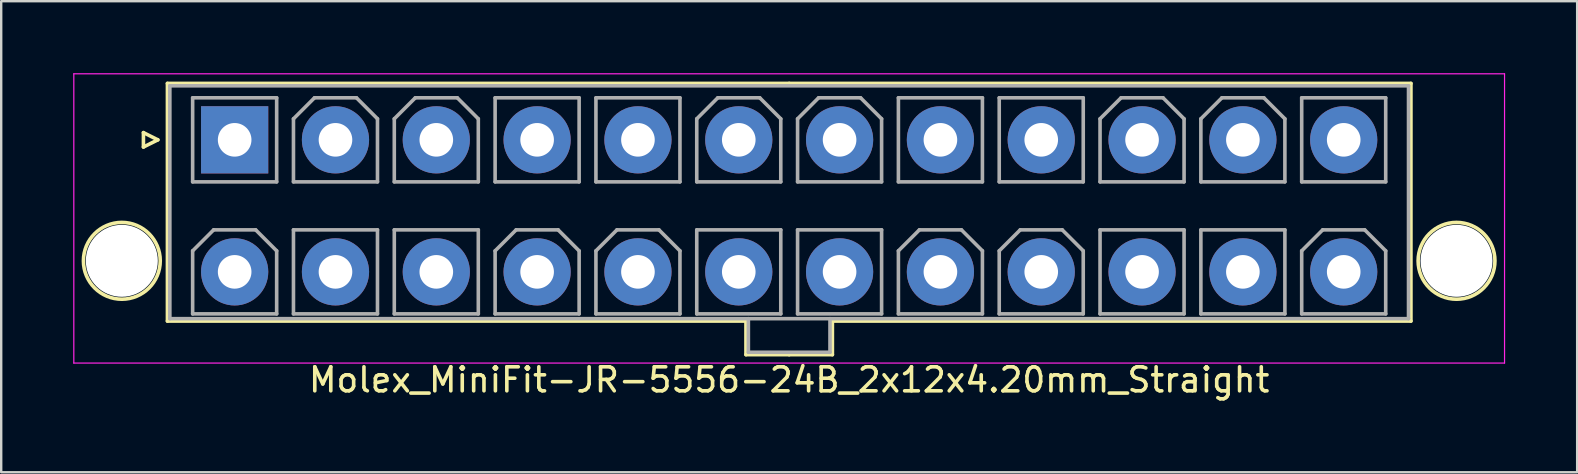
<source format=kicad_pcb>
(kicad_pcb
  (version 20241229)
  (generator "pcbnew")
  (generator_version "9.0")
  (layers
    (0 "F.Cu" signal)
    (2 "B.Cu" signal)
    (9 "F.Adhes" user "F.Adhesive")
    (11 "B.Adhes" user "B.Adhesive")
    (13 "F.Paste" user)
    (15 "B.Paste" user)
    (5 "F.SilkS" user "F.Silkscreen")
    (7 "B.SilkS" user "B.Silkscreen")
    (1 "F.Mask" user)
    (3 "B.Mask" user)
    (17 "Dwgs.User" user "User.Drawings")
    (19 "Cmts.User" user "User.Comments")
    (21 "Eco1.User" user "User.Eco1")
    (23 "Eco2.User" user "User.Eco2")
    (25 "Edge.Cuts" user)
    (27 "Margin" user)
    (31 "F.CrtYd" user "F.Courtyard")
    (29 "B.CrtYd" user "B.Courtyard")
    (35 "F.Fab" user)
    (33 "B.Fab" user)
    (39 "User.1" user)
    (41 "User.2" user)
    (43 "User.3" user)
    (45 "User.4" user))
  (footprint "Molex_MiniFit-JR-5556-24B_2x12x4.20mm_Straight"
    (layer "F.Cu")
    (at 6.725 2.775)
    (property "Reference" "Molex_MiniFit-JR-5556-24B_2x12x4.20mm_Straight" (at 23.1 10 0) (layer "F.SilkS") (effects (font (size 1 1) (thickness 0.15))))
    (attr through_hole)
    (fp_line (start -3.8 -0.3) (end -3.2 0) (stroke (width 0.15) (type solid)) (layer "F.SilkS"))
    (fp_line (start -3.8 0.3) (end -3.8 -0.3) (stroke (width 0.15) (type solid)) (layer "F.SilkS"))
    (fp_line (start -3.2 0) (end -3.8 0.3) (stroke (width 0.15) (type solid)) (layer "F.SilkS"))
    (fp_line (start -2.8 -2.35) (end -2.8 7.55) (stroke (width 0.15) (type solid)) (layer "F.SilkS"))
    (fp_line (start -2.8 7.55) (end 21.3 7.55) (stroke (width 0.15) (type solid)) (layer "F.SilkS"))
    (fp_line (start 21.3 7.55) (end 21.3 8.95) (stroke (width 0.15) (type solid)) (layer "F.SilkS"))
    (fp_line (start 21.3 8.95) (end 23.1 8.95) (stroke (width 0.15) (type solid)) (layer "F.SilkS"))
    (fp_line (start 23.1 -2.35) (end -2.8 -2.35) (stroke (width 0.15) (type solid)) (layer "F.SilkS"))
    (fp_line (start 23.1 -2.35) (end 49 -2.35) (stroke (width 0.15) (type solid)) (layer "F.SilkS"))
    (fp_line (start 24.9 7.55) (end 24.9 8.95) (stroke (width 0.15) (type solid)) (layer "F.SilkS"))
    (fp_line (start 24.9 8.95) (end 23.1 8.95) (stroke (width 0.15) (type solid)) (layer "F.SilkS"))
    (fp_line (start 49 -2.35) (end 49 7.55) (stroke (width 0.15) (type solid)) (layer "F.SilkS"))
    (fp_line (start 49 7.55) (end 24.9 7.55) (stroke (width 0.15) (type solid)) (layer "F.SilkS"))
    (fp_circle (center -4.7 5.04) (end -3.1 5.04) (stroke (width 0.15) (type solid)) (fill no) (layer "F.SilkS"))
    (fp_circle (center 50.9 5.04) (end 52.5 5.04) (stroke (width 0.15) (type solid)) (fill no) (layer "F.SilkS"))
    (fp_line (start -6.7 -2.75) (end -6.7 9.3) (stroke (width 0.05) (type solid)) (layer "F.CrtYd"))
    (fp_line (start -6.7 9.3) (end 52.9 9.3) (stroke (width 0.05) (type solid)) (layer "F.CrtYd"))
    (fp_line (start 52.9 -2.75) (end -6.7 -2.75) (stroke (width 0.05) (type solid)) (layer "F.CrtYd"))
    (fp_line (start 52.9 9.3) (end 52.9 -2.75) (stroke (width 0.05) (type solid)) (layer "F.CrtYd"))
    (fp_line (start -2.7 -2.25) (end -2.7 7.45) (stroke (width 0.15) (type solid)) (layer "F.Fab"))
    (fp_line (start -2.7 7.45) (end 48.9 7.45) (stroke (width 0.15) (type solid)) (layer "F.Fab"))
    (fp_line (start -1.75 -1.75) (end -1.75 1.75) (stroke (width 0.15) (type solid)) (layer "F.Fab"))
    (fp_line (start -1.75 1.75) (end 1.75 1.75) (stroke (width 0.15) (type solid)) (layer "F.Fab"))
    (fp_line (start -1.75 4.625) (end -0.875 3.75) (stroke (width 0.15) (type solid)) (layer "F.Fab"))
    (fp_line (start -1.75 7.25) (end -1.75 4.625) (stroke (width 0.15) (type solid)) (layer "F.Fab"))
    (fp_line (start -0.875 3.75) (end 0.875 3.75) (stroke (width 0.15) (type solid)) (layer "F.Fab"))
    (fp_line (start 0.875 3.75) (end 1.75 4.625) (stroke (width 0.15) (type solid)) (layer "F.Fab"))
    (fp_line (start 1.75 -1.75) (end -1.75 -1.75) (stroke (width 0.15) (type solid)) (layer "F.Fab"))
    (fp_line (start 1.75 1.75) (end 1.75 -1.75) (stroke (width 0.15) (type solid)) (layer "F.Fab"))
    (fp_line (start 1.75 4.625) (end 1.75 7.25) (stroke (width 0.15) (type solid)) (layer "F.Fab"))
    (fp_line (start 1.75 7.25) (end -1.75 7.25) (stroke (width 0.15) (type solid)) (layer "F.Fab"))
    (fp_line (start 2.45 -0.875) (end 3.325 -1.75) (stroke (width 0.15) (type solid)) (layer "F.Fab"))
    (fp_line (start 2.45 1.75) (end 2.45 -0.875) (stroke (width 0.15) (type solid)) (layer "F.Fab"))
    (fp_line (start 2.45 3.75) (end 2.45 7.25) (stroke (width 0.15) (type solid)) (layer "F.Fab"))
    (fp_line (start 2.45 7.25) (end 5.95 7.25) (stroke (width 0.15) (type solid)) (layer "F.Fab"))
    (fp_line (start 3.325 -1.75) (end 5.075 -1.75) (stroke (width 0.15) (type solid)) (layer "F.Fab"))
    (fp_line (start 5.075 -1.75) (end 5.95 -0.875) (stroke (width 0.15) (type solid)) (layer "F.Fab"))
    (fp_line (start 5.95 -0.875) (end 5.95 1.75) (stroke (width 0.15) (type solid)) (layer "F.Fab"))
    (fp_line (start 5.95 1.75) (end 2.45 1.75) (stroke (width 0.15) (type solid)) (layer "F.Fab"))
    (fp_line (start 5.95 3.75) (end 2.45 3.75) (stroke (width 0.15) (type solid)) (layer "F.Fab"))
    (fp_line (start 5.95 7.25) (end 5.95 3.75) (stroke (width 0.15) (type solid)) (layer "F.Fab"))
    (fp_line (start 6.65 -0.875) (end 7.525 -1.75) (stroke (width 0.15) (type solid)) (layer "F.Fab"))
    (fp_line (start 6.65 1.75) (end 6.65 -0.875) (stroke (width 0.15) (type solid)) (layer "F.Fab"))
    (fp_line (start 6.65 3.75) (end 6.65 7.25) (stroke (width 0.15) (type solid)) (layer "F.Fab"))
    (fp_line (start 6.65 7.25) (end 10.15 7.25) (stroke (width 0.15) (type solid)) (layer "F.Fab"))
    (fp_line (start 7.525 -1.75) (end 9.275 -1.75) (stroke (width 0.15) (type solid)) (layer "F.Fab"))
    (fp_line (start 9.275 -1.75) (end 10.15 -0.875) (stroke (width 0.15) (type solid)) (layer "F.Fab"))
    (fp_line (start 10.15 -0.875) (end 10.15 1.75) (stroke (width 0.15) (type solid)) (layer "F.Fab"))
    (fp_line (start 10.15 1.75) (end 6.65 1.75) (stroke (width 0.15) (type solid)) (layer "F.Fab"))
    (fp_line (start 10.15 3.75) (end 6.65 3.75) (stroke (width 0.15) (type solid)) (layer "F.Fab"))
    (fp_line (start 10.15 7.25) (end 10.15 3.75) (stroke (width 0.15) (type solid)) (layer "F.Fab"))
    (fp_line (start 10.85 -1.75) (end 10.85 1.75) (stroke (width 0.15) (type solid)) (layer "F.Fab"))
    (fp_line (start 10.85 1.75) (end 14.35 1.75) (stroke (width 0.15) (type solid)) (layer "F.Fab"))
    (fp_line (start 10.85 4.625) (end 11.725 3.75) (stroke (width 0.15) (type solid)) (layer "F.Fab"))
    (fp_line (start 10.85 7.25) (end 10.85 4.625) (stroke (width 0.15) (type solid)) (layer "F.Fab"))
    (fp_line (start 11.725 3.75) (end 13.475 3.75) (stroke (width 0.15) (type solid)) (layer "F.Fab"))
    (fp_line (start 13.475 3.75) (end 14.35 4.625) (stroke (width 0.15) (type solid)) (layer "F.Fab"))
    (fp_line (start 14.35 -1.75) (end 10.85 -1.75) (stroke (width 0.15) (type solid)) (layer "F.Fab"))
    (fp_line (start 14.35 1.75) (end 14.35 -1.75) (stroke (width 0.15) (type solid)) (layer "F.Fab"))
    (fp_line (start 14.35 4.625) (end 14.35 7.25) (stroke (width 0.15) (type solid)) (layer "F.Fab"))
    (fp_line (start 14.35 7.25) (end 10.85 7.25) (stroke (width 0.15) (type solid)) (layer "F.Fab"))
    (fp_line (start 15.05 -1.75) (end 15.05 1.75) (stroke (width 0.15) (type solid)) (layer "F.Fab"))
    (fp_line (start 15.05 1.75) (end 18.55 1.75) (stroke (width 0.15) (type solid)) (layer "F.Fab"))
    (fp_line (start 15.05 4.625) (end 15.925 3.75) (stroke (width 0.15) (type solid)) (layer "F.Fab"))
    (fp_line (start 15.05 7.25) (end 15.05 4.625) (stroke (width 0.15) (type solid)) (layer "F.Fab"))
    (fp_line (start 15.925 3.75) (end 17.675 3.75) (stroke (width 0.15) (type solid)) (layer "F.Fab"))
    (fp_line (start 17.675 3.75) (end 18.55 4.625) (stroke (width 0.15) (type solid)) (layer "F.Fab"))
    (fp_line (start 18.55 -1.75) (end 15.05 -1.75) (stroke (width 0.15) (type solid)) (layer "F.Fab"))
    (fp_line (start 18.55 1.75) (end 18.55 -1.75) (stroke (width 0.15) (type solid)) (layer "F.Fab"))
    (fp_line (start 18.55 4.625) (end 18.55 7.25) (stroke (width 0.15) (type solid)) (layer "F.Fab"))
    (fp_line (start 18.55 7.25) (end 15.05 7.25) (stroke (width 0.15) (type solid)) (layer "F.Fab"))
    (fp_line (start 19.25 -0.875) (end 20.125 -1.75) (stroke (width 0.15) (type solid)) (layer "F.Fab"))
    (fp_line (start 19.25 1.75) (end 19.25 -0.875) (stroke (width 0.15) (type solid)) (layer "F.Fab"))
    (fp_line (start 19.25 3.75) (end 19.25 7.25) (stroke (width 0.15) (type solid)) (layer "F.Fab"))
    (fp_line (start 19.25 7.25) (end 22.75 7.25) (stroke (width 0.15) (type solid)) (layer "F.Fab"))
    (fp_line (start 20.125 -1.75) (end 21.875 -1.75) (stroke (width 0.15) (type solid)) (layer "F.Fab"))
    (fp_line (start 21.4 7.45) (end 21.4 8.85) (stroke (width 0.15) (type solid)) (layer "F.Fab"))
    (fp_line (start 21.4 8.85) (end 24.8 8.85) (stroke (width 0.15) (type solid)) (layer "F.Fab"))
    (fp_line (start 21.875 -1.75) (end 22.75 -0.875) (stroke (width 0.15) (type solid)) (layer "F.Fab"))
    (fp_line (start 22.75 -0.875) (end 22.75 1.75) (stroke (width 0.15) (type solid)) (layer "F.Fab"))
    (fp_line (start 22.75 1.75) (end 19.25 1.75) (stroke (width 0.15) (type solid)) (layer "F.Fab"))
    (fp_line (start 22.75 3.75) (end 19.25 3.75) (stroke (width 0.15) (type solid)) (layer "F.Fab"))
    (fp_line (start 22.75 7.25) (end 22.75 3.75) (stroke (width 0.15) (type solid)) (layer "F.Fab"))
    (fp_line (start 23.45 -0.875) (end 24.325 -1.75) (stroke (width 0.15) (type solid)) (layer "F.Fab"))
    (fp_line (start 23.45 1.75) (end 23.45 -0.875) (stroke (width 0.15) (type solid)) (layer "F.Fab"))
    (fp_line (start 23.45 3.75) (end 23.45 7.25) (stroke (width 0.15) (type solid)) (layer "F.Fab"))
    (fp_line (start 23.45 7.25) (end 26.95 7.25) (stroke (width 0.15) (type solid)) (layer "F.Fab"))
    (fp_line (start 24.325 -1.75) (end 26.075 -1.75) (stroke (width 0.15) (type solid)) (layer "F.Fab"))
    (fp_line (start 24.8 8.85) (end 24.8 7.45) (stroke (width 0.15) (type solid)) (layer "F.Fab"))
    (fp_line (start 26.075 -1.75) (end 26.95 -0.875) (stroke (width 0.15) (type solid)) (layer "F.Fab"))
    (fp_line (start 26.95 -0.875) (end 26.95 1.75) (stroke (width 0.15) (type solid)) (layer "F.Fab"))
    (fp_line (start 26.95 1.75) (end 23.45 1.75) (stroke (width 0.15) (type solid)) (layer "F.Fab"))
    (fp_line (start 26.95 3.75) (end 23.45 3.75) (stroke (width 0.15) (type solid)) (layer "F.Fab"))
    (fp_line (start 26.95 7.25) (end 26.95 3.75) (stroke (width 0.15) (type solid)) (layer "F.Fab"))
    (fp_line (start 27.65 -1.75) (end 27.65 1.75) (stroke (width 0.15) (type solid)) (layer "F.Fab"))
    (fp_line (start 27.65 1.75) (end 31.15 1.75) (stroke (width 0.15) (type solid)) (layer "F.Fab"))
    (fp_line (start 27.65 4.625) (end 28.525 3.75) (stroke (width 0.15) (type solid)) (layer "F.Fab"))
    (fp_line (start 27.65 7.25) (end 27.65 4.625) (stroke (width 0.15) (type solid)) (layer "F.Fab"))
    (fp_line (start 28.525 3.75) (end 30.275 3.75) (stroke (width 0.15) (type solid)) (layer "F.Fab"))
    (fp_line (start 30.275 3.75) (end 31.15 4.625) (stroke (width 0.15) (type solid)) (layer "F.Fab"))
    (fp_line (start 31.15 -1.75) (end 27.65 -1.75) (stroke (width 0.15) (type solid)) (layer "F.Fab"))
    (fp_line (start 31.15 1.75) (end 31.15 -1.75) (stroke (width 0.15) (type solid)) (layer "F.Fab"))
    (fp_line (start 31.15 4.625) (end 31.15 7.25) (stroke (width 0.15) (type solid)) (layer "F.Fab"))
    (fp_line (start 31.15 7.25) (end 27.65 7.25) (stroke (width 0.15) (type solid)) (layer "F.Fab"))
    (fp_line (start 31.85 -1.75) (end 31.85 1.75) (stroke (width 0.15) (type solid)) (layer "F.Fab"))
    (fp_line (start 31.85 1.75) (end 35.35 1.75) (stroke (width 0.15) (type solid)) (layer "F.Fab"))
    (fp_line (start 31.85 4.625) (end 32.725 3.75) (stroke (width 0.15) (type solid)) (layer "F.Fab"))
    (fp_line (start 31.85 7.25) (end 31.85 4.625) (stroke (width 0.15) (type solid)) (layer "F.Fab"))
    (fp_line (start 32.725 3.75) (end 34.475 3.75) (stroke (width 0.15) (type solid)) (layer "F.Fab"))
    (fp_line (start 34.475 3.75) (end 35.35 4.625) (stroke (width 0.15) (type solid)) (layer "F.Fab"))
    (fp_line (start 35.35 -1.75) (end 31.85 -1.75) (stroke (width 0.15) (type solid)) (layer "F.Fab"))
    (fp_line (start 35.35 1.75) (end 35.35 -1.75) (stroke (width 0.15) (type solid)) (layer "F.Fab"))
    (fp_line (start 35.35 4.625) (end 35.35 7.25) (stroke (width 0.15) (type solid)) (layer "F.Fab"))
    (fp_line (start 35.35 7.25) (end 31.85 7.25) (stroke (width 0.15) (type solid)) (layer "F.Fab"))
    (fp_line (start 36.05 -0.875) (end 36.925 -1.75) (stroke (width 0.15) (type solid)) (layer "F.Fab"))
    (fp_line (start 36.05 1.75) (end 36.05 -0.875) (stroke (width 0.15) (type solid)) (layer "F.Fab"))
    (fp_line (start 36.05 3.75) (end 36.05 7.25) (stroke (width 0.15) (type solid)) (layer "F.Fab"))
    (fp_line (start 36.05 7.25) (end 39.55 7.25) (stroke (width 0.15) (type solid)) (layer "F.Fab"))
    (fp_line (start 36.925 -1.75) (end 38.675 -1.75) (stroke (width 0.15) (type solid)) (layer "F.Fab"))
    (fp_line (start 38.675 -1.75) (end 39.55 -0.875) (stroke (width 0.15) (type solid)) (layer "F.Fab"))
    (fp_line (start 39.55 -0.875) (end 39.55 1.75) (stroke (width 0.15) (type solid)) (layer "F.Fab"))
    (fp_line (start 39.55 1.75) (end 36.05 1.75) (stroke (width 0.15) (type solid)) (layer "F.Fab"))
    (fp_line (start 39.55 3.75) (end 36.05 3.75) (stroke (width 0.15) (type solid)) (layer "F.Fab"))
    (fp_line (start 39.55 7.25) (end 39.55 3.75) (stroke (width 0.15) (type solid)) (layer "F.Fab"))
    (fp_line (start 40.25 -0.875) (end 41.125 -1.75) (stroke (width 0.15) (type solid)) (layer "F.Fab"))
    (fp_line (start 40.25 1.75) (end 40.25 -0.875) (stroke (width 0.15) (type solid)) (layer "F.Fab"))
    (fp_line (start 40.25 3.75) (end 40.25 7.25) (stroke (width 0.15) (type solid)) (layer "F.Fab"))
    (fp_line (start 40.25 7.25) (end 43.75 7.25) (stroke (width 0.15) (type solid)) (layer "F.Fab"))
    (fp_line (start 41.125 -1.75) (end 42.875 -1.75) (stroke (width 0.15) (type solid)) (layer "F.Fab"))
    (fp_line (start 42.875 -1.75) (end 43.75 -0.875) (stroke (width 0.15) (type solid)) (layer "F.Fab"))
    (fp_line (start 43.75 -0.875) (end 43.75 1.75) (stroke (width 0.15) (type solid)) (layer "F.Fab"))
    (fp_line (start 43.75 1.75) (end 40.25 1.75) (stroke (width 0.15) (type solid)) (layer "F.Fab"))
    (fp_line (start 43.75 3.75) (end 40.25 3.75) (stroke (width 0.15) (type solid)) (layer "F.Fab"))
    (fp_line (start 43.75 7.25) (end 43.75 3.75) (stroke (width 0.15) (type solid)) (layer "F.Fab"))
    (fp_line (start 44.45 -1.75) (end 44.45 1.75) (stroke (width 0.15) (type solid)) (layer "F.Fab"))
    (fp_line (start 44.45 1.75) (end 47.95 1.75) (stroke (width 0.15) (type solid)) (layer "F.Fab"))
    (fp_line (start 44.45 4.625) (end 45.325 3.75) (stroke (width 0.15) (type solid)) (layer "F.Fab"))
    (fp_line (start 44.45 7.25) (end 44.45 4.625) (stroke (width 0.15) (type solid)) (layer "F.Fab"))
    (fp_line (start 45.325 3.75) (end 47.075 3.75) (stroke (width 0.15) (type solid)) (layer "F.Fab"))
    (fp_line (start 47.075 3.75) (end 47.95 4.625) (stroke (width 0.15) (type solid)) (layer "F.Fab"))
    (fp_line (start 47.95 -1.75) (end 44.45 -1.75) (stroke (width 0.15) (type solid)) (layer "F.Fab"))
    (fp_line (start 47.95 1.75) (end 47.95 -1.75) (stroke (width 0.15) (type solid)) (layer "F.Fab"))
    (fp_line (start 47.95 4.625) (end 47.95 7.25) (stroke (width 0.15) (type solid)) (layer "F.Fab"))
    (fp_line (start 47.95 7.25) (end 44.45 7.25) (stroke (width 0.15) (type solid)) (layer "F.Fab"))
    (fp_line (start 48.9 -2.25) (end -2.7 -2.25) (stroke (width 0.15) (type solid)) (layer "F.Fab"))
    (fp_line (start 48.9 7.45) (end 48.9 -2.25) (stroke (width 0.15) (type solid)) (layer "F.Fab"))
    (pad "" np_thru_hole circle (at -4.7 5.04) (size 3 3) (drill 3) (layers "*.Cu"))
    (pad "" np_thru_hole circle (at 50.9 5.04) (size 3 3) (drill 3) (layers "*.Cu"))
    (pad "1" thru_hole rect (at 0 0) (size 2.8 2.8) (drill 1.4) (layers "*.Cu" "*.Mask"))
    (pad "2" thru_hole circle (at 4.2 0) (size 2.8 2.8) (drill 1.4) (layers "*.Cu" "*.Mask"))
    (pad "3" thru_hole circle (at 8.4 0) (size 2.8 2.8) (drill 1.4) (layers "*.Cu" "*.Mask"))
    (pad "4" thru_hole circle (at 12.6 0) (size 2.8 2.8) (drill 1.4) (layers "*.Cu" "*.Mask"))
    (pad "5" thru_hole circle (at 16.8 0) (size 2.8 2.8) (drill 1.4) (layers "*.Cu" "*.Mask"))
    (pad "6" thru_hole circle (at 21 0) (size 2.8 2.8) (drill 1.4) (layers "*.Cu" "*.Mask"))
    (pad "7" thru_hole circle (at 25.2 0) (size 2.8 2.8) (drill 1.4) (layers "*.Cu" "*.Mask"))
    (pad "8" thru_hole circle (at 29.4 0) (size 2.8 2.8) (drill 1.4) (layers "*.Cu" "*.Mask"))
    (pad "9" thru_hole circle (at 33.6 0) (size 2.8 2.8) (drill 1.4) (layers "*.Cu" "*.Mask"))
    (pad "10" thru_hole circle (at 37.8 0) (size 2.8 2.8) (drill 1.4) (layers "*.Cu" "*.Mask"))
    (pad "11" thru_hole circle (at 42 0) (size 2.8 2.8) (drill 1.4) (layers "*.Cu" "*.Mask"))
    (pad "12" thru_hole circle (at 46.2 0) (size 2.8 2.8) (drill 1.4) (layers "*.Cu" "*.Mask"))
    (pad "13" thru_hole circle (at 0 5.5) (size 2.8 2.8) (drill 1.4) (layers "*.Cu" "*.Mask"))
    (pad "14" thru_hole circle (at 4.2 5.5) (size 2.8 2.8) (drill 1.4) (layers "*.Cu" "*.Mask"))
    (pad "15" thru_hole circle (at 8.4 5.5) (size 2.8 2.8) (drill 1.4) (layers "*.Cu" "*.Mask"))
    (pad "16" thru_hole circle (at 12.6 5.5) (size 2.8 2.8) (drill 1.4) (layers "*.Cu" "*.Mask"))
    (pad "17" thru_hole circle (at 16.8 5.5) (size 2.8 2.8) (drill 1.4) (layers "*.Cu" "*.Mask"))
    (pad "18" thru_hole circle (at 21 5.5) (size 2.8 2.8) (drill 1.4) (layers "*.Cu" "*.Mask"))
    (pad "19" thru_hole circle (at 25.2 5.5) (size 2.8 2.8) (drill 1.4) (layers "*.Cu" "*.Mask"))
    (pad "20" thru_hole circle (at 29.4 5.5) (size 2.8 2.8) (drill 1.4) (layers "*.Cu" "*.Mask"))
    (pad "21" thru_hole circle (at 33.6 5.5) (size 2.8 2.8) (drill 1.4) (layers "*.Cu" "*.Mask"))
    (pad "22" thru_hole circle (at 37.8 5.5) (size 2.8 2.8) (drill 1.4) (layers "*.Cu" "*.Mask"))
    (pad "23" thru_hole circle (at 42 5.5) (size 2.8 2.8) (drill 1.4) (layers "*.Cu" "*.Mask"))
    (pad "24" thru_hole circle (at 46.2 5.5) (size 2.8 2.8) (drill 1.4) (layers "*.Cu" "*.Mask")))
  (gr_rect
    (start -3 -3)
    (end 62.65 16.623)
    (stroke (width 0.1) (type default))
    (fill no)
    (layer "Edge.Cuts")))
</source>
